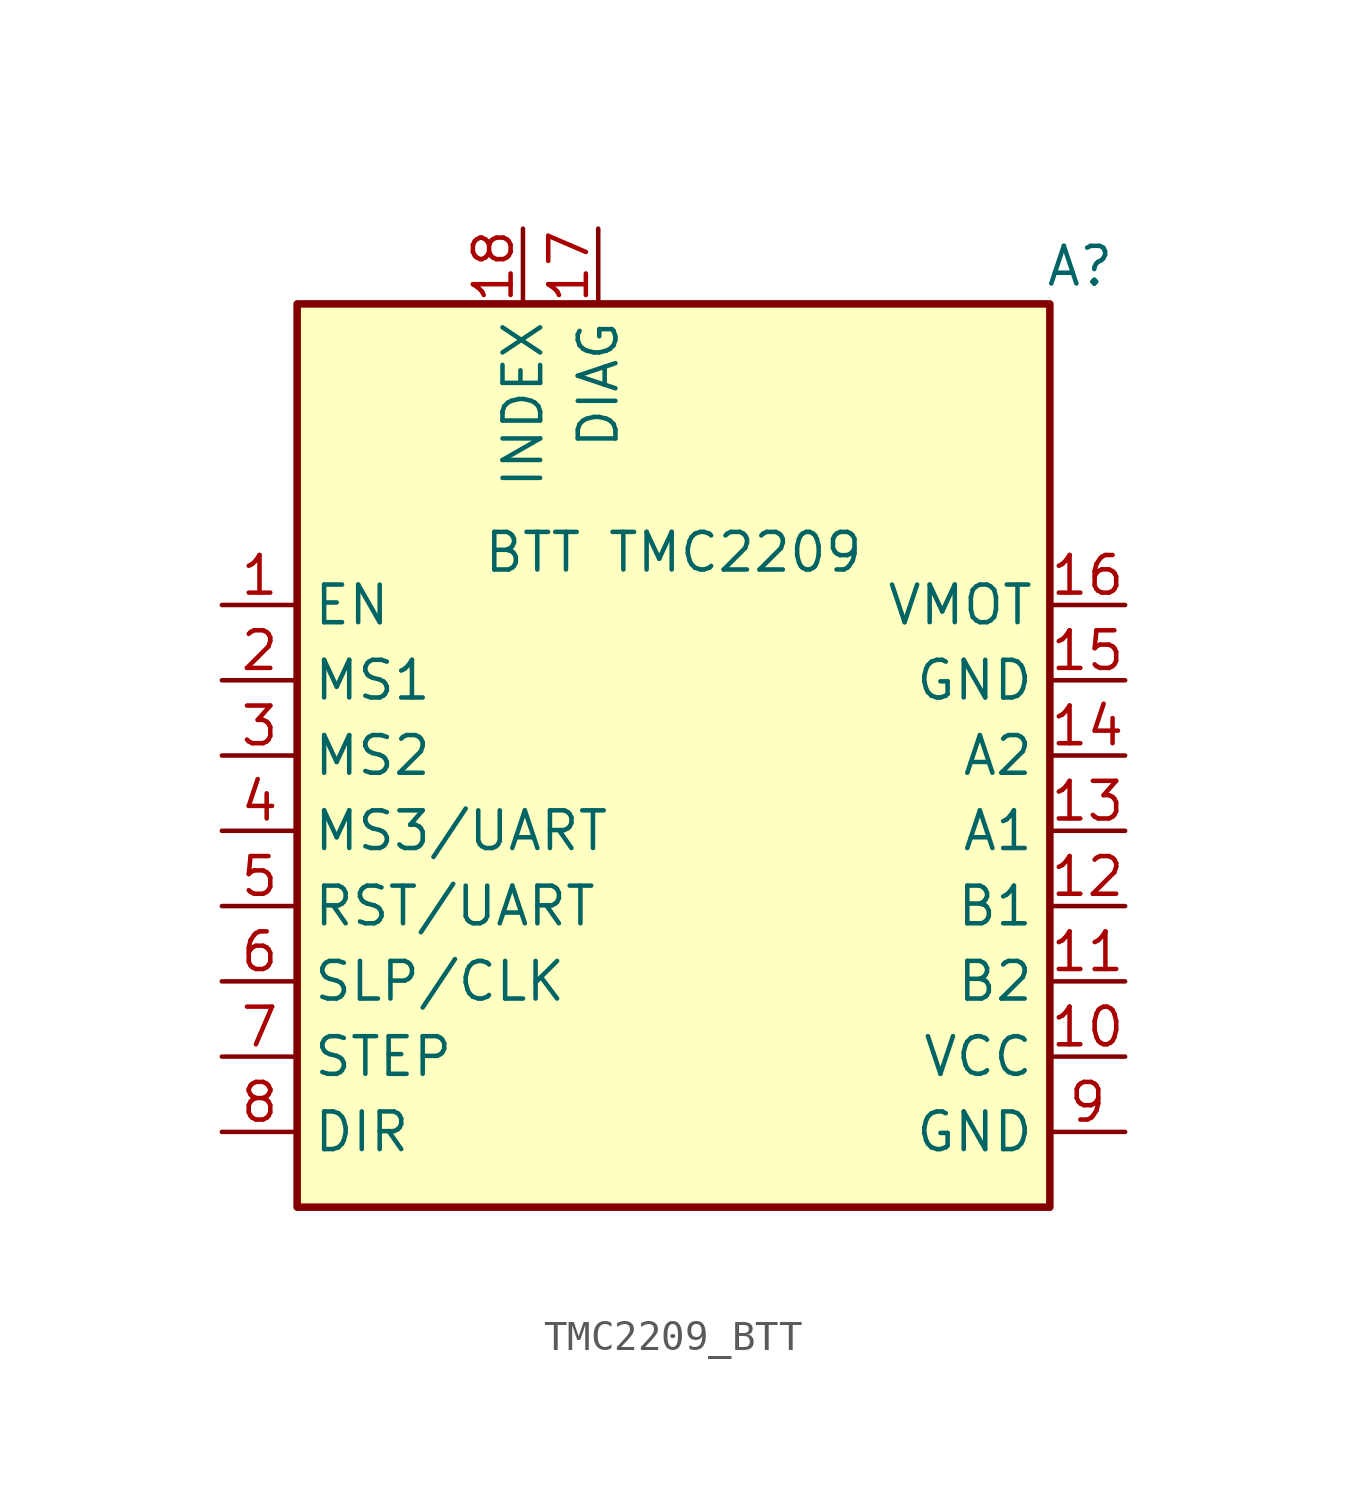
<source format=kicad_sym>
(kicad_symbol_lib
  (version 20231120)
  (generator "kicad_symbol_editor")
  (generator_version "8.0")
  (symbol "TMC2209_BTT"
    (property "Reference" "A"
      (at 13.716 21.59 0)
      (do_not_autoplace)
      (effects (font (size 1.27 1.27))))
    (property "Value" "BTT TMC2209"
      (at 0 11.938 0)
      (do_not_autoplace)
      (effects (font (size 1.27 1.27))))
    (symbol "TMC2209_BTT_1_1"
      (rectangle (start -12.7 20.32) (end 12.7 -10.16) (stroke (width 0.254) (type default)) (fill (type background)))
      (pin input line (at -15.24 10.16 0) (length 2.54) (name "EN" (effects (font (size 1.27 1.27)))) (number "1" (effects (font (size 1.27 1.27)))))
      (pin passive line (at 15.24 -5.08 180) (length 2.54) (name "VCC" (effects (font (size 1.27 1.27)))) (number "10" (effects (font (size 1.27 1.27)))))
      (pin output line (at 15.24 -2.54 180) (length 2.54) (name "B2" (effects (font (size 1.27 1.27)))) (number "11" (effects (font (size 1.27 1.27)))))
      (pin output line (at 15.24 0 180) (length 2.54) (name "B1" (effects (font (size 1.27 1.27)))) (number "12" (effects (font (size 1.27 1.27)))))
      (pin output line (at 15.24 2.54 180) (length 2.54) (name "A1" (effects (font (size 1.27 1.27)))) (number "13" (effects (font (size 1.27 1.27)))))
      (pin output line (at 15.24 5.08 180) (length 2.54) (name "A2" (effects (font (size 1.27 1.27)))) (number "14" (effects (font (size 1.27 1.27)))))
      (pin passive line (at 15.24 7.62 180) (length 2.54) (name "GND" (effects (font (size 1.27 1.27)))) (number "15" (effects (font (size 1.27 1.27)))))
      (pin power_in line (at 15.24 10.16 180) (length 2.54) (name "VMOT" (effects (font (size 1.27 1.27)))) (number "16" (effects (font (size 1.27 1.27)))))
      (pin passive line (at -2.54 22.86 270) (length 2.54) (name "DIAG" (effects (font (size 1.27 1.27)))) (number "17" (effects (font (size 1.27 1.27)))))
      (pin passive line (at -5.08 22.86 270) (length 2.54) (name "INDEX" (effects (font (size 1.27 1.27)))) (number "18" (effects (font (size 1.27 1.27)))))
      (pin input line (at -15.24 7.62 0) (length 2.54) (name "MS1" (effects (font (size 1.27 1.27)))) (number "2" (effects (font (size 1.27 1.27)))))
      (pin input line (at -15.24 5.08 0) (length 2.54) (name "MS2" (effects (font (size 1.27 1.27)))) (number "3" (effects (font (size 1.27 1.27)))))
      (pin passive line (at -15.24 2.54 0) (length 2.54) (name "MS3/UART" (effects (font (size 1.27 1.27)))) (number "4" (effects (font (size 1.27 1.27)))))
      (pin passive line (at -15.24 0 0) (length 2.54) (name "RST/UART" (effects (font (size 1.27 1.27)))) (number "5" (effects (font (size 1.27 1.27)))))
      (pin input line (at -15.24 -2.54 0) (length 2.54) (name "SLP/CLK" (effects (font (size 1.27 1.27)))) (number "6" (effects (font (size 1.27 1.27)))))
      (pin input line (at -15.24 -5.08 0) (length 2.54) (name "STEP" (effects (font (size 1.27 1.27)))) (number "7" (effects (font (size 1.27 1.27)))))
      (pin input line (at -15.24 -7.62 0) (length 2.54) (name "DIR" (effects (font (size 1.27 1.27)))) (number "8" (effects (font (size 1.27 1.27)))))
      (pin passive line (at 15.24 -7.62 180) (length 2.54) (name "GND" (effects (font (size 1.27 1.27)))) (number "9" (effects (font (size 1.27 1.27))))))))
</source>
